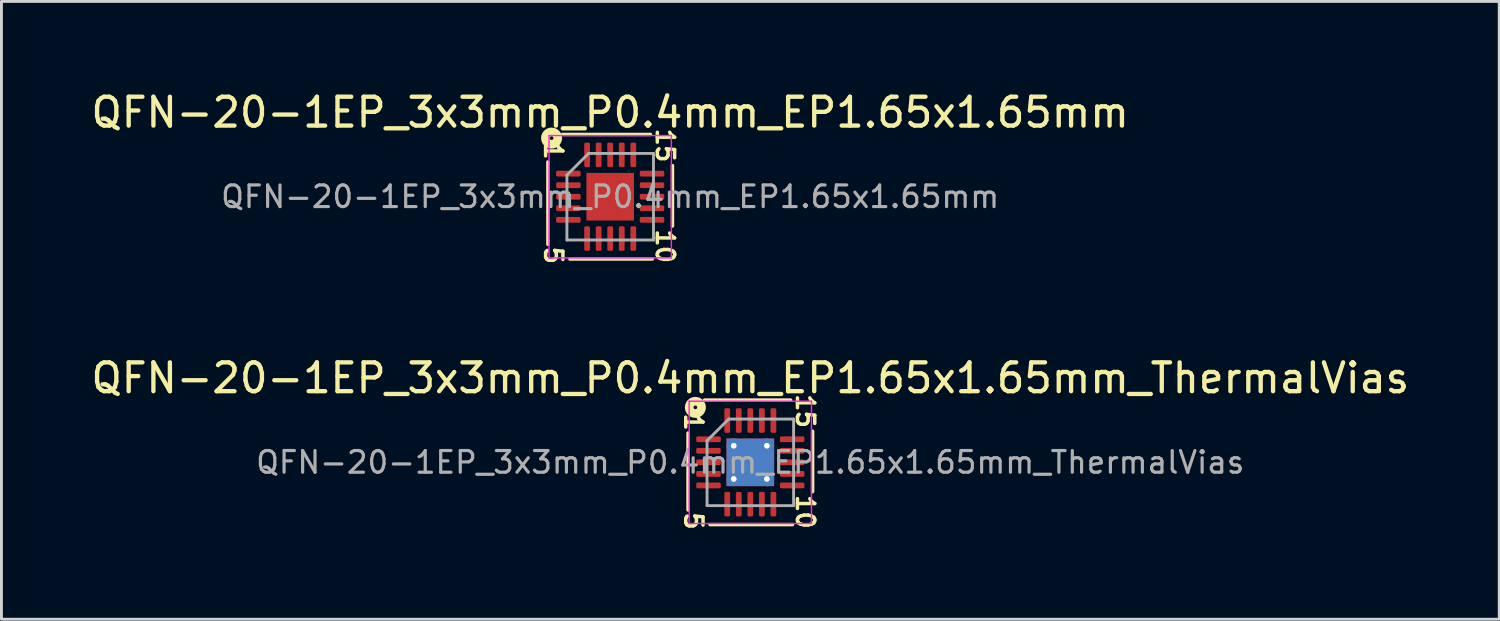
<source format=kicad_pcb>
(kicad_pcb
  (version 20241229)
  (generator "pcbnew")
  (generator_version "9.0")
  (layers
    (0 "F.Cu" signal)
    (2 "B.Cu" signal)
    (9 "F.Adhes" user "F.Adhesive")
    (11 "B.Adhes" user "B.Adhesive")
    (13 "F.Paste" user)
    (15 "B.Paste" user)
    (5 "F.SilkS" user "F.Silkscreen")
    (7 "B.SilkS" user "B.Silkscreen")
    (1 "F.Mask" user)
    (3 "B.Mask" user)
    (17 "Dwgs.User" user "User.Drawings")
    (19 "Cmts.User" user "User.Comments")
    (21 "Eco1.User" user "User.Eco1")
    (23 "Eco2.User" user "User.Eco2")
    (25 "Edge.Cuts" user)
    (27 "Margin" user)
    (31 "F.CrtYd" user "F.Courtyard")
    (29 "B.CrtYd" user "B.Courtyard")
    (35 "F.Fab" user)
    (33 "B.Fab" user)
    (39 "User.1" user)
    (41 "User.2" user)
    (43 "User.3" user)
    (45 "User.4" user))
  (footprint "QFN-20-1EP_3x3mm_P0.4mm_EP1.65x1.65mm_ThermalVias"
    (layer "F.Cu")
    (at 22.958 12.976)
    (property "Reference" "QFN-20-1EP_3x3mm_P0.4mm_EP1.65x1.65mm_ThermalVias" (at 0 -2.921 0) (layer "F.SilkS") (effects (font (size 1 1) (thickness 0.15))))
    (attr smd)
    (fp_line (start -2.159 -1.016) (end -2.159 1.651) (stroke (width 0.12) (type solid)) (layer "F.SilkS"))
    (fp_line (start -1.397 2.159) (end 1.46 2.159) (stroke (width 0.12) (type solid)) (layer "F.SilkS"))
    (fp_line (start 1.397 -2.159) (end -1.587 -2.159) (stroke (width 0.12) (type solid)) (layer "F.SilkS"))
    (fp_line (start 2.159 1.016) (end 2.159 -1.079) (stroke (width 0.12) (type solid)) (layer "F.SilkS"))
    (fp_circle (center -1.905 -1.905) (end -1.841 -1.905) (stroke (width 0.3) (type solid)) (fill no) (layer "F.SilkS"))
    (fp_line (start -2.12 -2.12) (end -2.12 2.12) (stroke (width 0.05) (type solid)) (layer "F.CrtYd"))
    (fp_line (start -2.12 2.12) (end 2.12 2.12) (stroke (width 0.05) (type solid)) (layer "F.CrtYd"))
    (fp_line (start 2.12 -2.12) (end -2.12 -2.12) (stroke (width 0.05) (type solid)) (layer "F.CrtYd"))
    (fp_line (start 2.12 2.12) (end 2.12 -2.12) (stroke (width 0.05) (type solid)) (layer "F.CrtYd"))
    (fp_line (start -1.5 -0.75) (end -0.75 -1.5) (stroke (width 0.1) (type solid)) (layer "F.Fab"))
    (fp_line (start -1.5 1.5) (end -1.5 -0.75) (stroke (width 0.1) (type solid)) (layer "F.Fab"))
    (fp_line (start -0.75 -1.5) (end 1.5 -1.5) (stroke (width 0.1) (type solid)) (layer "F.Fab"))
    (fp_line (start 1.5 -1.5) (end 1.5 1.5) (stroke (width 0.1) (type solid)) (layer "F.Fab"))
    (fp_line (start 1.5 1.5) (end -1.5 1.5) (stroke (width 0.1) (type solid)) (layer "F.Fab"))
    (fp_text user "5" (at -1.968 2.032 270) (unlocked yes) (layer "F.SilkS") (effects (font (size 0.6 0.6) (thickness 0.12))))
    (fp_text user "15" (at 1.905 -1.778 270) (unlocked yes) (layer "F.SilkS") (effects (font (size 0.6 0.6) (thickness 0.12))))
    (fp_text user "1" (at -1.968 -1.397 270) (unlocked yes) (layer "F.SilkS") (effects (font (size 0.6 0.6) (thickness 0.12))))
    (fp_text user "10" (at 1.905 1.714 270) (unlocked yes) (layer "F.SilkS") (effects (font (size 0.6 0.6) (thickness 0.12))))
    (fp_text user "${REFERENCE}" (at 0 0 0) (layer "F.Fab") (effects (font (size 0.75 0.75) (thickness 0.11))))
    (pad "" smd roundrect (at -0.41 -0.41) (size 0.69 0.69) (layers "F.Paste") (roundrect_rratio 0.25))
    (pad "" smd roundrect (at -0.41 0.41) (size 0.69 0.69) (layers "F.Paste") (roundrect_rratio 0.25))
    (pad "" smd roundrect (at 0.41 -0.41) (size 0.69 0.69) (layers "F.Paste") (roundrect_rratio 0.25))
    (pad "" smd roundrect (at 0.41 0.41) (size 0.69 0.69) (layers "F.Paste") (roundrect_rratio 0.25))
    (pad "1" smd roundrect (at -1.45 -0.8) (size 0.85 0.2) (layers "F.Cu" "F.Mask" "F.Paste") (roundrect_rratio 0.25))
    (pad "2" smd roundrect (at -1.45 -0.4) (size 0.85 0.2) (layers "F.Cu" "F.Mask" "F.Paste") (roundrect_rratio 0.25))
    (pad "3" smd roundrect (at -1.45 0) (size 0.85 0.2) (layers "F.Cu" "F.Mask" "F.Paste") (roundrect_rratio 0.25))
    (pad "4" smd roundrect (at -1.45 0.4) (size 0.85 0.2) (layers "F.Cu" "F.Mask" "F.Paste") (roundrect_rratio 0.25))
    (pad "5" smd roundrect (at -1.45 0.8) (size 0.85 0.2) (layers "F.Cu" "F.Mask" "F.Paste") (roundrect_rratio 0.25))
    (pad "6" smd roundrect (at -0.8 1.45) (size 0.2 0.85) (layers "F.Cu" "F.Mask" "F.Paste") (roundrect_rratio 0.25))
    (pad "7" smd roundrect (at -0.4 1.45) (size 0.2 0.85) (layers "F.Cu" "F.Mask" "F.Paste") (roundrect_rratio 0.25))
    (pad "8" smd roundrect (at 0 1.45) (size 0.2 0.85) (layers "F.Cu" "F.Mask" "F.Paste") (roundrect_rratio 0.25))
    (pad "9" smd roundrect (at 0.4 1.45) (size 0.2 0.85) (layers "F.Cu" "F.Mask" "F.Paste") (roundrect_rratio 0.25))
    (pad "10" smd roundrect (at 0.8 1.45) (size 0.2 0.85) (layers "F.Cu" "F.Mask" "F.Paste") (roundrect_rratio 0.25))
    (pad "11" smd roundrect (at 1.45 0.8) (size 0.85 0.2) (layers "F.Cu" "F.Mask" "F.Paste") (roundrect_rratio 0.25))
    (pad "12" smd roundrect (at 1.45 0.4) (size 0.85 0.2) (layers "F.Cu" "F.Mask" "F.Paste") (roundrect_rratio 0.25))
    (pad "13" smd roundrect (at 1.45 0) (size 0.85 0.2) (layers "F.Cu" "F.Mask" "F.Paste") (roundrect_rratio 0.25))
    (pad "14" smd roundrect (at 1.45 -0.4) (size 0.85 0.2) (layers "F.Cu" "F.Mask" "F.Paste") (roundrect_rratio 0.25))
    (pad "15" smd roundrect (at 1.45 -0.8) (size 0.85 0.2) (layers "F.Cu" "F.Mask" "F.Paste") (roundrect_rratio 0.25))
    (pad "16" smd roundrect (at 0.8 -1.45) (size 0.2 0.85) (layers "F.Cu" "F.Mask" "F.Paste") (roundrect_rratio 0.25))
    (pad "17" smd roundrect (at 0.4 -1.45) (size 0.2 0.85) (layers "F.Cu" "F.Mask" "F.Paste") (roundrect_rratio 0.25))
    (pad "18" smd roundrect (at 0 -1.45) (size 0.2 0.85) (layers "F.Cu" "F.Mask" "F.Paste") (roundrect_rratio 0.25))
    (pad "19" smd roundrect (at -0.4 -1.45) (size 0.2 0.85) (layers "F.Cu" "F.Mask" "F.Paste") (roundrect_rratio 0.25))
    (pad "20" smd roundrect (at -0.8 -1.45) (size 0.2 0.85) (layers "F.Cu" "F.Mask" "F.Paste") (roundrect_rratio 0.25))
    (pad "21" thru_hole circle (at -0.575 -0.575) (size 0.5 0.5) (drill 0.2) (layers "*.Cu"))
    (pad "21" thru_hole circle (at -0.575 0.575) (size 0.5 0.5) (drill 0.2) (layers "*.Cu"))
    (pad "21" smd rect (at 0 0) (size 1.65 1.65) (layers "F.Cu" "F.Mask"))
    (pad "21" smd rect (at 0 0) (size 1.65 1.65) (layers "B.Cu" "B.Mask"))
    (pad "21" thru_hole circle (at 0.575 -0.575) (size 0.5 0.5) (drill 0.2) (layers "*.Cu"))
    (pad "21" thru_hole circle (at 0.575 0.575) (size 0.5 0.5) (drill 0.2) (layers "*.Cu")))
  (footprint "QFN-20-1EP_3x3mm_P0.4mm_EP1.65x1.65mm"
    (layer "F.Cu")
    (at 18.101 3.769)
    (property "Reference" "QFN-20-1EP_3x3mm_P0.4mm_EP1.65x1.65mm" (at 0 -2.921 0) (layer "F.SilkS") (effects (font (size 1 1) (thickness 0.15))))
    (attr smd)
    (fp_line (start -2.159 -1.206) (end -2.159 1.651) (stroke (width 0.12) (type solid)) (layer "F.SilkS"))
    (fp_line (start -1.397 2.159) (end 1.46 2.159) (stroke (width 0.12) (type solid)) (layer "F.SilkS"))
    (fp_line (start 1.397 -2.159) (end -1.651 -2.159) (stroke (width 0.12) (type solid)) (layer "F.SilkS"))
    (fp_line (start 2.159 1.016) (end 2.159 -1.079) (stroke (width 0.12) (type solid)) (layer "F.SilkS"))
    (fp_circle (center -2.032 -2.032) (end -1.968 -2.032) (stroke (width 0.3) (type solid)) (fill no) (layer "F.SilkS"))
    (fp_line (start -2.12 -2.12) (end -2.12 2.12) (stroke (width 0.05) (type solid)) (layer "F.CrtYd"))
    (fp_line (start -2.12 2.12) (end 2.12 2.12) (stroke (width 0.05) (type solid)) (layer "F.CrtYd"))
    (fp_line (start 2.12 -2.12) (end -2.12 -2.12) (stroke (width 0.05) (type solid)) (layer "F.CrtYd"))
    (fp_line (start 2.12 2.12) (end 2.12 -2.12) (stroke (width 0.05) (type solid)) (layer "F.CrtYd"))
    (fp_line (start -1.5 -0.75) (end -0.75 -1.5) (stroke (width 0.1) (type solid)) (layer "F.Fab"))
    (fp_line (start -1.5 1.5) (end -1.5 -0.75) (stroke (width 0.1) (type solid)) (layer "F.Fab"))
    (fp_line (start -0.75 -1.5) (end 1.5 -1.5) (stroke (width 0.1) (type solid)) (layer "F.Fab"))
    (fp_line (start 1.5 -1.5) (end 1.5 1.5) (stroke (width 0.1) (type solid)) (layer "F.Fab"))
    (fp_line (start 1.5 1.5) (end -1.5 1.5) (stroke (width 0.1) (type solid)) (layer "F.Fab"))
    (fp_text user "1" (at -1.968 -1.587 270) (unlocked yes) (layer "F.SilkS") (effects (font (size 0.6 0.6) (thickness 0.12))))
    (fp_text user "15" (at 1.905 -1.778 270) (unlocked yes) (layer "F.SilkS") (effects (font (size 0.6 0.6) (thickness 0.12))))
    (fp_text user "10" (at 1.905 1.714 270) (unlocked yes) (layer "F.SilkS") (effects (font (size 0.6 0.6) (thickness 0.12))))
    (fp_text user "5" (at -1.968 2.032 270) (unlocked yes) (layer "F.SilkS") (effects (font (size 0.6 0.6) (thickness 0.12))))
    (fp_text user "${REFERENCE}" (at 0 0 0) (layer "F.Fab") (effects (font (size 0.75 0.75) (thickness 0.11))))
    (pad "" smd roundrect (at -0.41 -0.41) (size 0.67 0.67) (layers "F.Paste") (roundrect_rratio 0.25))
    (pad "" smd roundrect (at -0.41 0.41) (size 0.67 0.67) (layers "F.Paste") (roundrect_rratio 0.25))
    (pad "" smd roundrect (at 0.41 -0.41) (size 0.67 0.67) (layers "F.Paste") (roundrect_rratio 0.25))
    (pad "" smd roundrect (at 0.41 0.41) (size 0.67 0.67) (layers "F.Paste") (roundrect_rratio 0.25))
    (pad "1" smd roundrect (at -1.45 -0.8) (size 0.85 0.2) (layers "F.Cu" "F.Mask" "F.Paste") (roundrect_rratio 0.25))
    (pad "2" smd roundrect (at -1.45 -0.4) (size 0.85 0.2) (layers "F.Cu" "F.Mask" "F.Paste") (roundrect_rratio 0.25))
    (pad "3" smd roundrect (at -1.45 0) (size 0.85 0.2) (layers "F.Cu" "F.Mask" "F.Paste") (roundrect_rratio 0.25))
    (pad "4" smd roundrect (at -1.45 0.4) (size 0.85 0.2) (layers "F.Cu" "F.Mask" "F.Paste") (roundrect_rratio 0.25))
    (pad "5" smd roundrect (at -1.45 0.8) (size 0.85 0.2) (layers "F.Cu" "F.Mask" "F.Paste") (roundrect_rratio 0.25))
    (pad "6" smd roundrect (at -0.8 1.45) (size 0.2 0.85) (layers "F.Cu" "F.Mask" "F.Paste") (roundrect_rratio 0.25))
    (pad "7" smd roundrect (at -0.4 1.45) (size 0.2 0.85) (layers "F.Cu" "F.Mask" "F.Paste") (roundrect_rratio 0.25))
    (pad "8" smd roundrect (at 0 1.45) (size 0.2 0.85) (layers "F.Cu" "F.Mask" "F.Paste") (roundrect_rratio 0.25))
    (pad "9" smd roundrect (at 0.4 1.45) (size 0.2 0.85) (layers "F.Cu" "F.Mask" "F.Paste") (roundrect_rratio 0.25))
    (pad "10" smd roundrect (at 0.8 1.45) (size 0.2 0.85) (layers "F.Cu" "F.Mask" "F.Paste") (roundrect_rratio 0.25))
    (pad "11" smd roundrect (at 1.45 0.8) (size 0.85 0.2) (layers "F.Cu" "F.Mask" "F.Paste") (roundrect_rratio 0.25))
    (pad "12" smd roundrect (at 1.45 0.4) (size 0.85 0.2) (layers "F.Cu" "F.Mask" "F.Paste") (roundrect_rratio 0.25))
    (pad "13" smd roundrect (at 1.45 0) (size 0.85 0.2) (layers "F.Cu" "F.Mask" "F.Paste") (roundrect_rratio 0.25))
    (pad "14" smd roundrect (at 1.45 -0.4) (size 0.85 0.2) (layers "F.Cu" "F.Mask" "F.Paste") (roundrect_rratio 0.25))
    (pad "15" smd roundrect (at 1.45 -0.8) (size 0.85 0.2) (layers "F.Cu" "F.Mask" "F.Paste") (roundrect_rratio 0.25))
    (pad "16" smd roundrect (at 0.8 -1.45) (size 0.2 0.85) (layers "F.Cu" "F.Mask" "F.Paste") (roundrect_rratio 0.25))
    (pad "17" smd roundrect (at 0.4 -1.45) (size 0.2 0.85) (layers "F.Cu" "F.Mask" "F.Paste") (roundrect_rratio 0.25))
    (pad "18" smd roundrect (at 0 -1.45) (size 0.2 0.85) (layers "F.Cu" "F.Mask" "F.Paste") (roundrect_rratio 0.25))
    (pad "19" smd roundrect (at -0.4 -1.45) (size 0.2 0.85) (layers "F.Cu" "F.Mask" "F.Paste") (roundrect_rratio 0.25))
    (pad "20" smd roundrect (at -0.8 -1.45) (size 0.2 0.85) (layers "F.Cu" "F.Mask" "F.Paste") (roundrect_rratio 0.25))
    (pad "21" smd rect (at 0 0) (size 1.65 1.65) (layers "F.Cu" "F.Mask")))
  (gr_rect
    (start -3 -3)
    (end 48.917 18.414)
    (stroke (width 0.1) (type default))
    (fill no)
    (layer "Edge.Cuts")))
</source>
